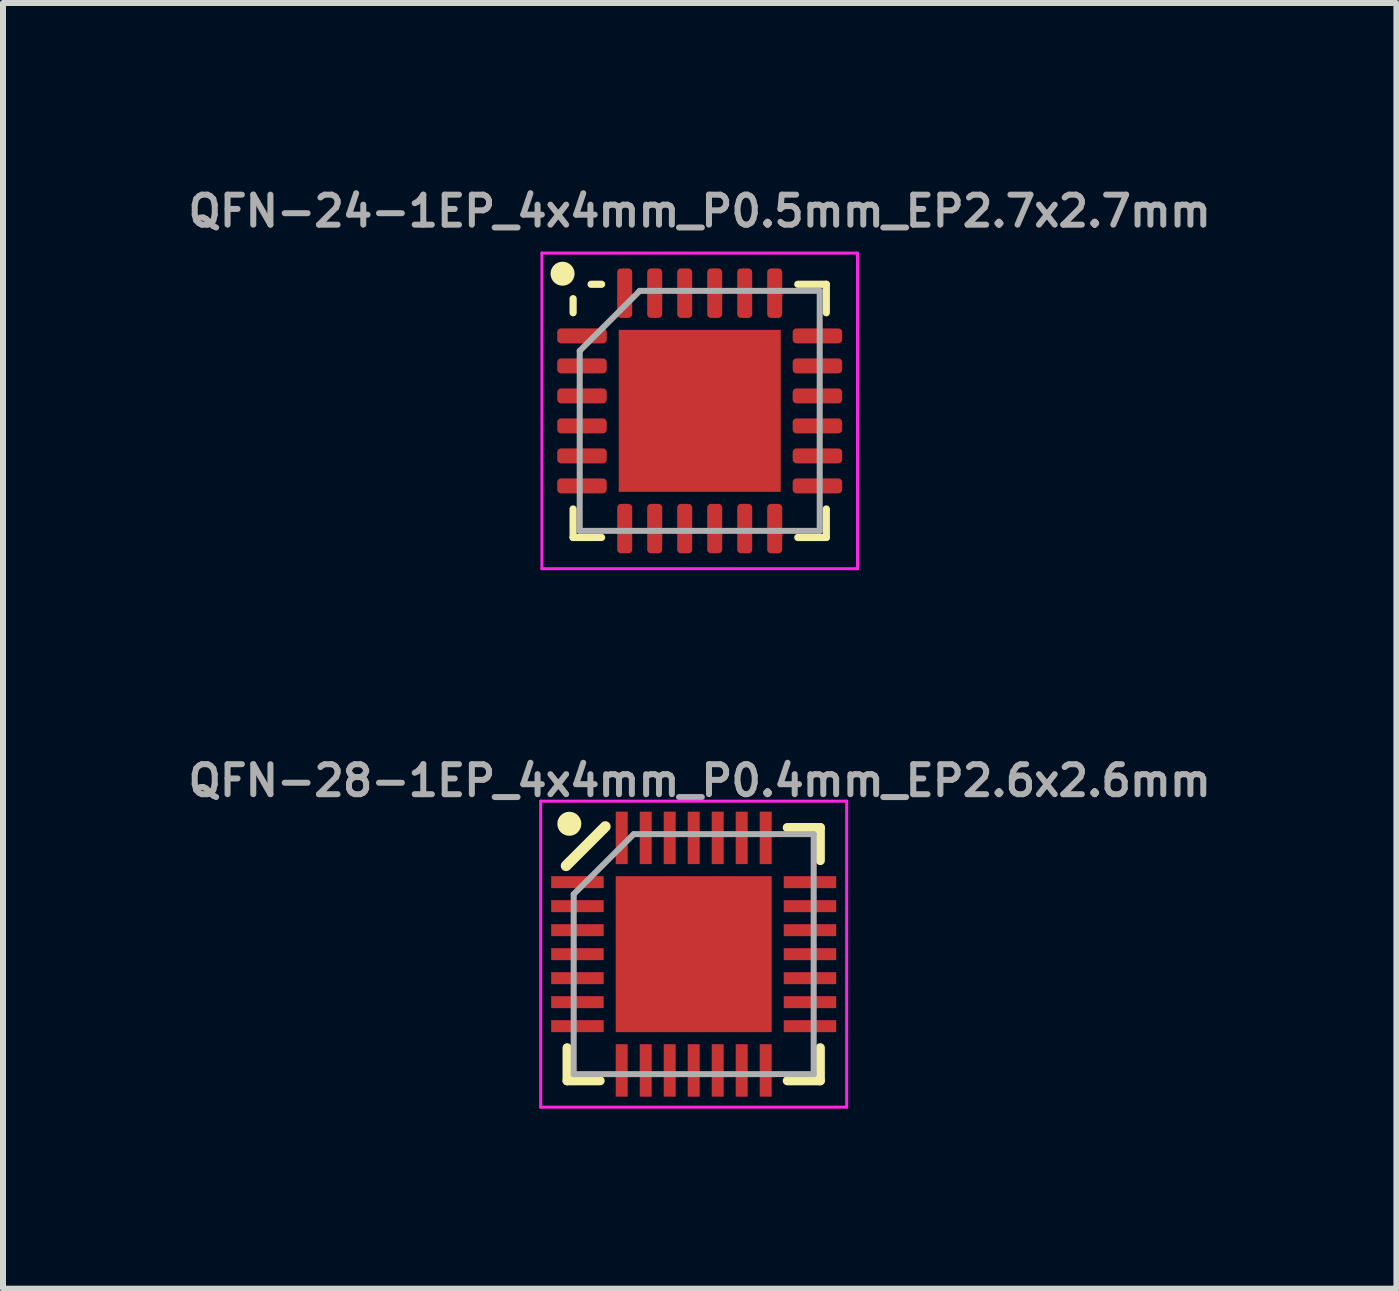
<source format=kicad_pcb>
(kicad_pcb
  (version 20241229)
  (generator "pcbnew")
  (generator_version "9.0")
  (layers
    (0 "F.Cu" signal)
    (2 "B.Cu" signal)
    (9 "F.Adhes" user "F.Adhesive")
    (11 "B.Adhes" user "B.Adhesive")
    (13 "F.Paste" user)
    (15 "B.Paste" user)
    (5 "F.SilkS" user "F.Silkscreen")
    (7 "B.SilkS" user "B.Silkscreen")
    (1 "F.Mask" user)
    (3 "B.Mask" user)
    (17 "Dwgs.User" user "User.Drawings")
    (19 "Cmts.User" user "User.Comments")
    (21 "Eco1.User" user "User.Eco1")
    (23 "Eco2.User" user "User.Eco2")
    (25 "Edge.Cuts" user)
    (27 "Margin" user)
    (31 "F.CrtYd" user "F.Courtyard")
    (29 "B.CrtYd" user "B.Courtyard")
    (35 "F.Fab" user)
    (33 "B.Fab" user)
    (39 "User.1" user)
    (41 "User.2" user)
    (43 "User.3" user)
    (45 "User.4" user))
  (footprint "QFN-28-1EP_4x4mm_P0.4mm_EP2.6x2.6mm"
    (layer "F.Cu")
    (at 8.512 12.853)
    (property "Reference" "QFN-28-1EP_4x4mm_P0.4mm_EP2.6x2.6mm" (at 0.1 -2.6 0) (layer "F.Fab") (effects (font (size 0.5 0.5) (thickness 0.1)) (justify bottom)))
    (attr smd)
    (fp_line (start -2.11 2.11) (end -2.11 1.56) (stroke (width 0.152) (type solid)) (layer "F.SilkS"))
    (fp_line (start -1.56 2.11) (end -2.11 2.11) (stroke (width 0.152) (type solid)) (layer "F.SilkS"))
    (fp_line (start -1.473 -2.127) (end -2.127 -1.473) (stroke (width 0.178) (type solid)) (layer "F.SilkS"))
    (fp_line (start 1.56 -2.11) (end 2.11 -2.11) (stroke (width 0.152) (type solid)) (layer "F.SilkS"))
    (fp_line (start 1.56 2.11) (end 2.11 2.11) (stroke (width 0.152) (type solid)) (layer "F.SilkS"))
    (fp_line (start 2.11 -2.11) (end 2.11 -1.56) (stroke (width 0.152) (type solid)) (layer "F.SilkS"))
    (fp_line (start 2.11 2.11) (end 2.11 1.56) (stroke (width 0.152) (type solid)) (layer "F.SilkS"))
    (fp_circle (center -2.073 -2.173) (end -2.073 -2.073) (stroke (width 0.2) (type solid)) (fill yes) (layer "F.SilkS"))
    (fp_line (start -2.55 -2.55) (end -2.55 2.55) (stroke (width 0.05) (type solid)) (layer "F.CrtYd"))
    (fp_line (start -2.55 2.55) (end 2.55 2.55) (stroke (width 0.05) (type solid)) (layer "F.CrtYd"))
    (fp_line (start 2.55 -2.55) (end -2.55 -2.55) (stroke (width 0.05) (type solid)) (layer "F.CrtYd"))
    (fp_line (start 2.55 2.55) (end 2.55 -2.55) (stroke (width 0.05) (type solid)) (layer "F.CrtYd"))
    (fp_line (start -2 -1) (end -1 -2) (stroke (width 0.1) (type solid)) (layer "F.Fab"))
    (fp_line (start -2 2) (end -2 -1) (stroke (width 0.1) (type solid)) (layer "F.Fab"))
    (fp_line (start -1 -2) (end 2 -2) (stroke (width 0.1) (type solid)) (layer "F.Fab"))
    (fp_line (start 2 -2) (end 2 2) (stroke (width 0.1) (type solid)) (layer "F.Fab"))
    (fp_line (start 2 2) (end -2 2) (stroke (width 0.1) (type solid)) (layer "F.Fab"))
    (pad "" smd roundrect (at -0.65 -0.65) (size 1.05 1.05) (layers "F.Paste") (roundrect_rratio 0.238))
    (pad "" smd roundrect (at -0.65 0.65) (size 1.05 1.05) (layers "F.Paste") (roundrect_rratio 0.238))
    (pad "" smd roundrect (at 0.65 -0.65) (size 1.05 1.05) (layers "F.Paste") (roundrect_rratio 0.238))
    (pad "" smd roundrect (at 0.65 0.65) (size 1.05 1.05) (layers "F.Paste") (roundrect_rratio 0.238))
    (pad "1" smd rect (at -1.938 -1.2) (size 0.875 0.2) (layers "F.Cu" "F.Mask" "F.Paste"))
    (pad "2" smd rect (at -1.938 -0.8) (size 0.875 0.2) (layers "F.Cu" "F.Mask" "F.Paste"))
    (pad "3" smd rect (at -1.938 -0.4) (size 0.875 0.2) (layers "F.Cu" "F.Mask" "F.Paste"))
    (pad "4" smd rect (at -1.938 0) (size 0.875 0.2) (layers "F.Cu" "F.Mask" "F.Paste"))
    (pad "5" smd rect (at -1.938 0.4) (size 0.875 0.2) (layers "F.Cu" "F.Mask" "F.Paste"))
    (pad "6" smd rect (at -1.938 0.8) (size 0.875 0.2) (layers "F.Cu" "F.Mask" "F.Paste"))
    (pad "7" smd rect (at -1.938 1.2) (size 0.875 0.2) (layers "F.Cu" "F.Mask" "F.Paste"))
    (pad "8" smd rect (at -1.2 1.938) (size 0.2 0.875) (layers "F.Cu" "F.Mask" "F.Paste"))
    (pad "9" smd rect (at -0.8 1.938) (size 0.2 0.875) (layers "F.Cu" "F.Mask" "F.Paste"))
    (pad "10" smd rect (at -0.4 1.938) (size 0.2 0.875) (layers "F.Cu" "F.Mask" "F.Paste"))
    (pad "11" smd rect (at 0 1.938) (size 0.2 0.875) (layers "F.Cu" "F.Mask" "F.Paste"))
    (pad "12" smd rect (at 0.4 1.938) (size 0.2 0.875) (layers "F.Cu" "F.Mask" "F.Paste"))
    (pad "13" smd rect (at 0.8 1.938) (size 0.2 0.875) (layers "F.Cu" "F.Mask" "F.Paste"))
    (pad "14" smd rect (at 1.2 1.938) (size 0.2 0.875) (layers "F.Cu" "F.Mask" "F.Paste"))
    (pad "15" smd rect (at 1.938 1.2) (size 0.875 0.2) (layers "F.Cu" "F.Mask" "F.Paste"))
    (pad "16" smd rect (at 1.938 0.8) (size 0.875 0.2) (layers "F.Cu" "F.Mask" "F.Paste"))
    (pad "17" smd rect (at 1.938 0.4) (size 0.875 0.2) (layers "F.Cu" "F.Mask" "F.Paste"))
    (pad "18" smd rect (at 1.938 0) (size 0.875 0.2) (layers "F.Cu" "F.Mask" "F.Paste"))
    (pad "19" smd rect (at 1.938 -0.4) (size 0.875 0.2) (layers "F.Cu" "F.Mask" "F.Paste"))
    (pad "20" smd rect (at 1.938 -0.8) (size 0.875 0.2) (layers "F.Cu" "F.Mask" "F.Paste"))
    (pad "21" smd rect (at 1.938 -1.2) (size 0.875 0.2) (layers "F.Cu" "F.Mask" "F.Paste"))
    (pad "22" smd rect (at 1.2 -1.938) (size 0.2 0.875) (layers "F.Cu" "F.Mask" "F.Paste"))
    (pad "23" smd rect (at 0.8 -1.938) (size 0.2 0.875) (layers "F.Cu" "F.Mask" "F.Paste"))
    (pad "24" smd rect (at 0.4 -1.938) (size 0.2 0.875) (layers "F.Cu" "F.Mask" "F.Paste"))
    (pad "25" smd rect (at 0 -1.938) (size 0.2 0.875) (layers "F.Cu" "F.Mask" "F.Paste"))
    (pad "26" smd rect (at -0.4 -1.938) (size 0.2 0.875) (layers "F.Cu" "F.Mask" "F.Paste"))
    (pad "27" smd rect (at -0.8 -1.938) (size 0.2 0.875) (layers "F.Cu" "F.Mask" "F.Paste"))
    (pad "28" smd rect (at -1.2 -1.938) (size 0.2 0.875) (layers "F.Cu" "F.Mask" "F.Paste"))
    (pad "29" smd rect (at 0 0) (size 2.6 2.6) (property pad_prop_heatsink) (layers "F.Cu" "F.Mask")))
  (footprint "QFN-24-1EP_4x4mm_P0.5mm_EP2.7x2.7mm"
    (layer "F.Cu")
    (at 8.612 3.798)
    (property "Reference" "QFN-24-1EP_4x4mm_P0.5mm_EP2.7x2.7mm" (at 0 -3.33 0) (layer "F.Fab") (effects (font (size 0.5 0.5) (thickness 0.1))))
    (attr smd)
    (fp_line (start -2.11 -1.635) (end -2.11 -1.87) (stroke (width 0.12) (type solid)) (layer "F.SilkS"))
    (fp_line (start -2.11 2.11) (end -2.11 1.635) (stroke (width 0.12) (type solid)) (layer "F.SilkS"))
    (fp_line (start -1.635 -2.11) (end -1.81 -2.11) (stroke (width 0.12) (type solid)) (layer "F.SilkS"))
    (fp_line (start -1.635 2.11) (end -2.11 2.11) (stroke (width 0.12) (type solid)) (layer "F.SilkS"))
    (fp_line (start 1.635 -2.11) (end 2.11 -2.11) (stroke (width 0.12) (type solid)) (layer "F.SilkS"))
    (fp_line (start 1.635 2.11) (end 2.11 2.11) (stroke (width 0.12) (type solid)) (layer "F.SilkS"))
    (fp_line (start 2.11 -2.11) (end 2.11 -1.635) (stroke (width 0.12) (type solid)) (layer "F.SilkS"))
    (fp_line (start 2.11 2.11) (end 2.11 1.635) (stroke (width 0.12) (type solid)) (layer "F.SilkS"))
    (fp_circle (center -2.286 -2.286) (end -2.386 -2.286) (stroke (width 0.2) (type solid)) (fill yes) (layer "F.SilkS"))
    (fp_line (start -2.63 -2.63) (end -2.63 2.63) (stroke (width 0.05) (type solid)) (layer "F.CrtYd"))
    (fp_line (start -2.63 2.63) (end 2.63 2.63) (stroke (width 0.05) (type solid)) (layer "F.CrtYd"))
    (fp_line (start 2.63 -2.63) (end -2.63 -2.63) (stroke (width 0.05) (type solid)) (layer "F.CrtYd"))
    (fp_line (start 2.63 2.63) (end 2.63 -2.63) (stroke (width 0.05) (type solid)) (layer "F.CrtYd"))
    (fp_line (start -2 -1) (end -1 -2) (stroke (width 0.1) (type solid)) (layer "F.Fab"))
    (fp_line (start -2 2) (end -2 -1) (stroke (width 0.1) (type solid)) (layer "F.Fab"))
    (fp_line (start -1 -2) (end 2 -2) (stroke (width 0.1) (type solid)) (layer "F.Fab"))
    (fp_line (start 2 -2) (end 2 2) (stroke (width 0.1) (type solid)) (layer "F.Fab"))
    (fp_line (start 2 2) (end -2 2) (stroke (width 0.1) (type solid)) (layer "F.Fab"))
    (pad "" smd roundrect (at -0.675 -0.675) (size 1.09 1.09) (layers "F.Paste") (roundrect_rratio 0.229))
    (pad "" smd roundrect (at -0.675 0.675) (size 1.09 1.09) (layers "F.Paste") (roundrect_rratio 0.229))
    (pad "" smd roundrect (at 0.675 -0.675) (size 1.09 1.09) (layers "F.Paste") (roundrect_rratio 0.229))
    (pad "" smd roundrect (at 0.675 0.675) (size 1.09 1.09) (layers "F.Paste") (roundrect_rratio 0.229))
    (pad "1" smd roundrect (at -1.962 -1.25) (size 0.825 0.25) (layers "F.Cu" "F.Mask" "F.Paste") (roundrect_rratio 0.25))
    (pad "2" smd roundrect (at -1.962 -0.75) (size 0.825 0.25) (layers "F.Cu" "F.Mask" "F.Paste") (roundrect_rratio 0.25))
    (pad "3" smd roundrect (at -1.962 -0.25) (size 0.825 0.25) (layers "F.Cu" "F.Mask" "F.Paste") (roundrect_rratio 0.25))
    (pad "4" smd roundrect (at -1.962 0.25) (size 0.825 0.25) (layers "F.Cu" "F.Mask" "F.Paste") (roundrect_rratio 0.25))
    (pad "5" smd roundrect (at -1.962 0.75) (size 0.825 0.25) (layers "F.Cu" "F.Mask" "F.Paste") (roundrect_rratio 0.25))
    (pad "6" smd roundrect (at -1.962 1.25) (size 0.825 0.25) (layers "F.Cu" "F.Mask" "F.Paste") (roundrect_rratio 0.25))
    (pad "7" smd roundrect (at -1.25 1.962) (size 0.25 0.825) (layers "F.Cu" "F.Mask" "F.Paste") (roundrect_rratio 0.25))
    (pad "8" smd roundrect (at -0.75 1.962) (size 0.25 0.825) (layers "F.Cu" "F.Mask" "F.Paste") (roundrect_rratio 0.25))
    (pad "9" smd roundrect (at -0.25 1.962) (size 0.25 0.825) (layers "F.Cu" "F.Mask" "F.Paste") (roundrect_rratio 0.25))
    (pad "10" smd roundrect (at 0.25 1.962) (size 0.25 0.825) (layers "F.Cu" "F.Mask" "F.Paste") (roundrect_rratio 0.25))
    (pad "11" smd roundrect (at 0.75 1.962) (size 0.25 0.825) (layers "F.Cu" "F.Mask" "F.Paste") (roundrect_rratio 0.25))
    (pad "12" smd roundrect (at 1.25 1.962) (size 0.25 0.825) (layers "F.Cu" "F.Mask" "F.Paste") (roundrect_rratio 0.25))
    (pad "13" smd roundrect (at 1.962 1.25) (size 0.825 0.25) (layers "F.Cu" "F.Mask" "F.Paste") (roundrect_rratio 0.25))
    (pad "14" smd roundrect (at 1.962 0.75) (size 0.825 0.25) (layers "F.Cu" "F.Mask" "F.Paste") (roundrect_rratio 0.25))
    (pad "15" smd roundrect (at 1.962 0.25) (size 0.825 0.25) (layers "F.Cu" "F.Mask" "F.Paste") (roundrect_rratio 0.25))
    (pad "16" smd roundrect (at 1.962 -0.25) (size 0.825 0.25) (layers "F.Cu" "F.Mask" "F.Paste") (roundrect_rratio 0.25))
    (pad "17" smd roundrect (at 1.962 -0.75) (size 0.825 0.25) (layers "F.Cu" "F.Mask" "F.Paste") (roundrect_rratio 0.25))
    (pad "18" smd roundrect (at 1.962 -1.25) (size 0.825 0.25) (layers "F.Cu" "F.Mask" "F.Paste") (roundrect_rratio 0.25))
    (pad "19" smd roundrect (at 1.25 -1.962) (size 0.25 0.825) (layers "F.Cu" "F.Mask" "F.Paste") (roundrect_rratio 0.25))
    (pad "20" smd roundrect (at 0.75 -1.962) (size 0.25 0.825) (layers "F.Cu" "F.Mask" "F.Paste") (roundrect_rratio 0.25))
    (pad "21" smd roundrect (at 0.25 -1.962) (size 0.25 0.825) (layers "F.Cu" "F.Mask" "F.Paste") (roundrect_rratio 0.25))
    (pad "22" smd roundrect (at -0.25 -1.962) (size 0.25 0.825) (layers "F.Cu" "F.Mask" "F.Paste") (roundrect_rratio 0.25))
    (pad "23" smd roundrect (at -0.75 -1.962) (size 0.25 0.825) (layers "F.Cu" "F.Mask" "F.Paste") (roundrect_rratio 0.25))
    (pad "24" smd roundrect (at -1.25 -1.962) (size 0.25 0.825) (layers "F.Cu" "F.Mask" "F.Paste") (roundrect_rratio 0.25))
    (pad "25" smd rect (at 0 0) (size 2.7 2.7) (property pad_prop_heatsink) (layers "F.Cu" "F.Mask")))
  (gr_rect
    (start -3 -3)
    (end 20.224 18.428)
    (stroke (width 0.1) (type default))
    (fill no)
    (layer "Edge.Cuts")))
</source>
